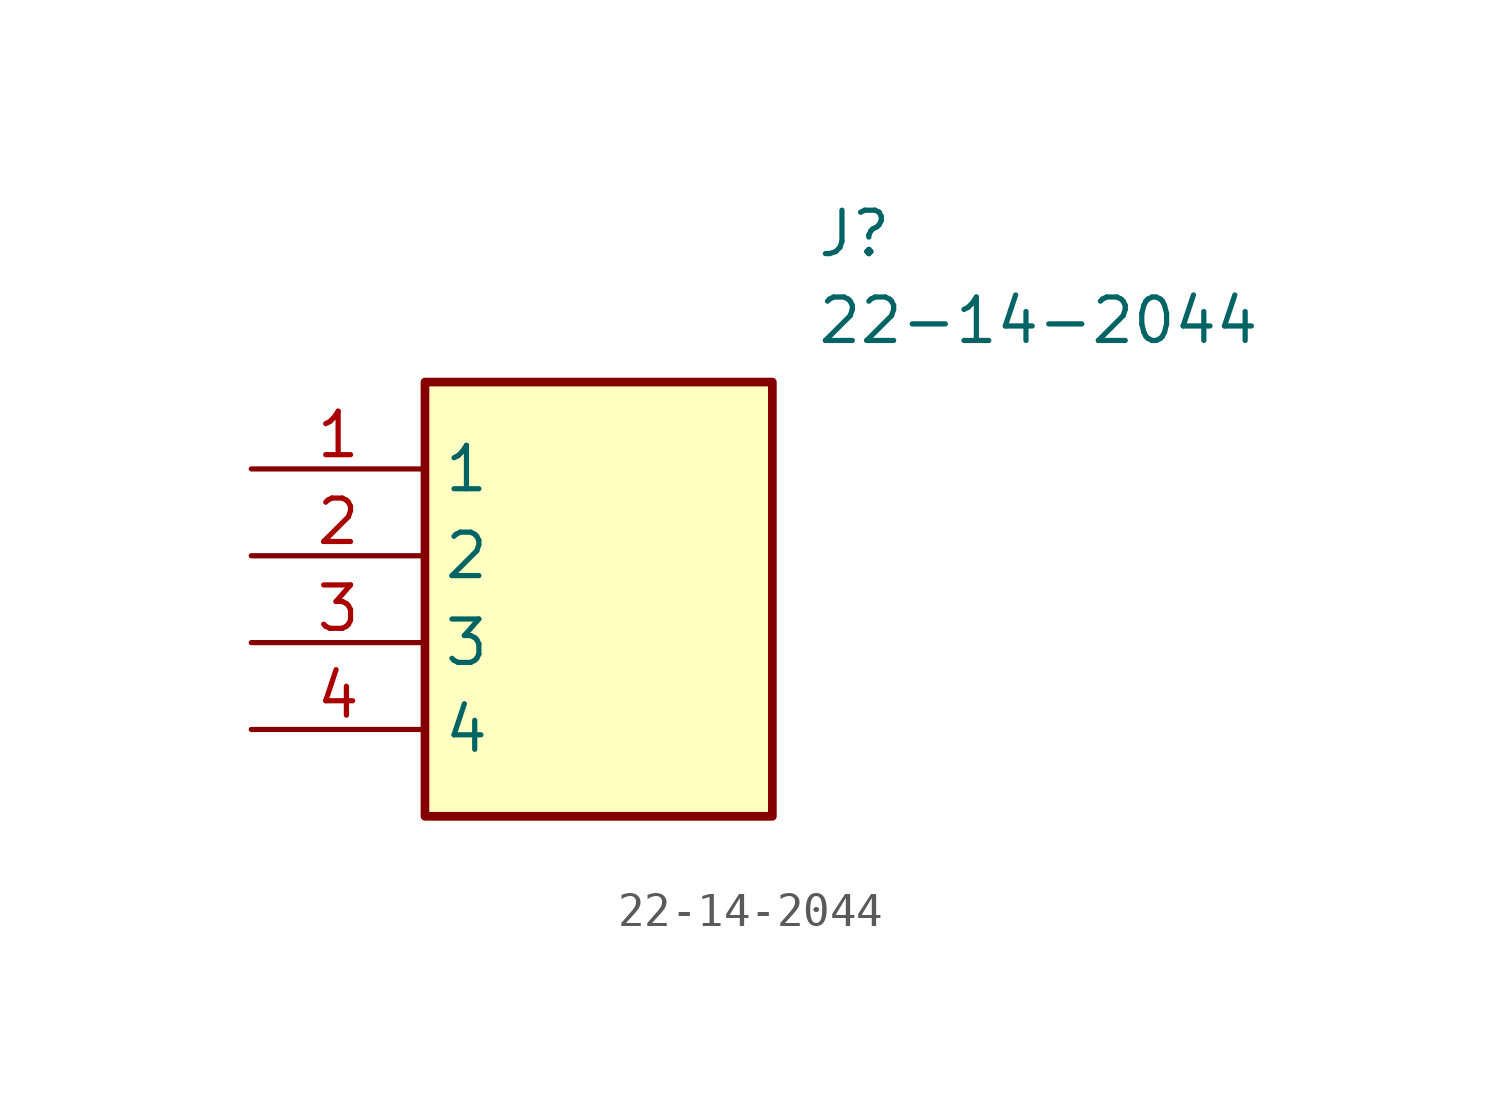
<source format=kicad_sym>
(kicad_symbol_lib
  (version 20211014)
  (generator SamacSys_ECAD_Model)
  (symbol "22-14-2044"
    (property "Reference" "J"
      (at 16.51 7.62 0)
      (effects (font (size 1.27 1.27)) (justify left top)))
    (property "Value" "22-14-2044"
      (at 16.51 5.08 0)
      (effects (font (size 1.27 1.27)) (justify left top)))
    (rectangle
      (start 5.08 2.54)
      (end 15.24 -10.16)
      (stroke (width 0.254) (type default))
      (fill (type background)))
    (pin passive line
      (at 0 0 0)
      (length 5.08)
      (name "1" (effects (font (size 1.27 1.27))))
      (number "1" (effects (font (size 1.27 1.27)))))
    (pin passive line
      (at 0 -2.54 0)
      (length 5.08)
      (name "2" (effects (font (size 1.27 1.27))))
      (number "2" (effects (font (size 1.27 1.27)))))
    (pin passive line
      (at 0 -5.08 0)
      (length 5.08)
      (name "3" (effects (font (size 1.27 1.27))))
      (number "3" (effects (font (size 1.27 1.27)))))
    (pin passive line
      (at 0 -7.62 0)
      (length 5.08)
      (name "4" (effects (font (size 1.27 1.27))))
      (number "4" (effects (font (size 1.27 1.27)))))))
</source>
